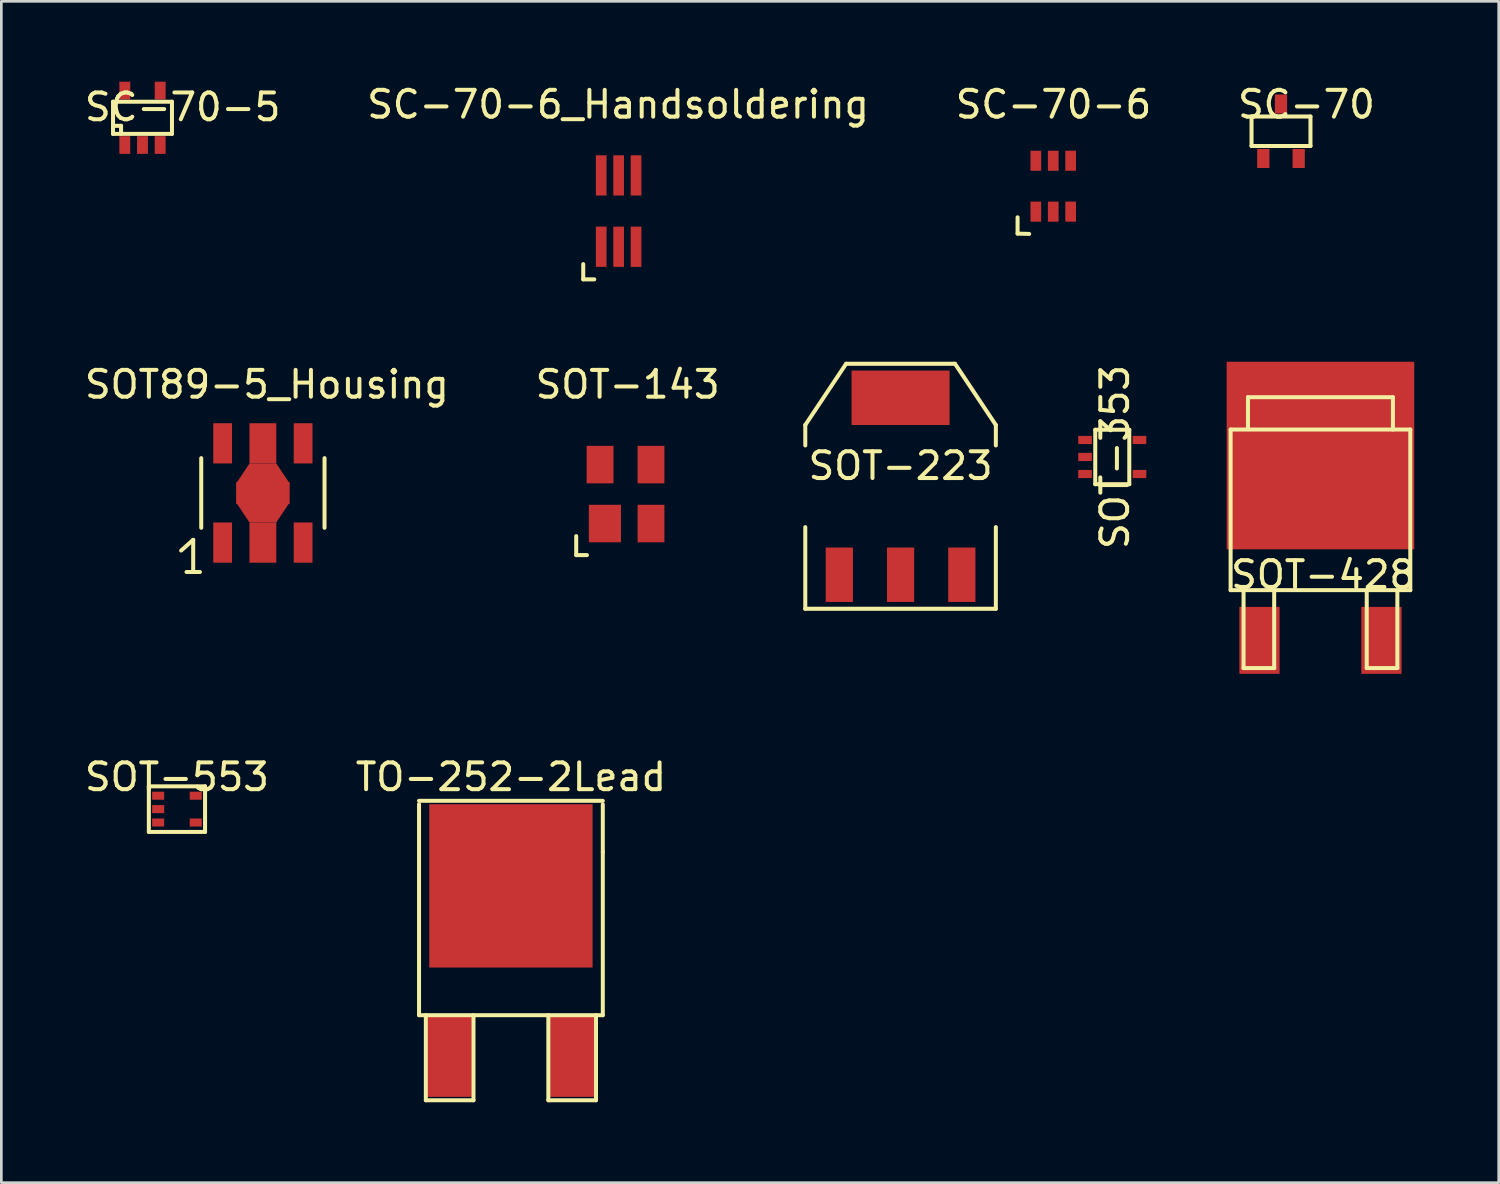
<source format=kicad_pcb>
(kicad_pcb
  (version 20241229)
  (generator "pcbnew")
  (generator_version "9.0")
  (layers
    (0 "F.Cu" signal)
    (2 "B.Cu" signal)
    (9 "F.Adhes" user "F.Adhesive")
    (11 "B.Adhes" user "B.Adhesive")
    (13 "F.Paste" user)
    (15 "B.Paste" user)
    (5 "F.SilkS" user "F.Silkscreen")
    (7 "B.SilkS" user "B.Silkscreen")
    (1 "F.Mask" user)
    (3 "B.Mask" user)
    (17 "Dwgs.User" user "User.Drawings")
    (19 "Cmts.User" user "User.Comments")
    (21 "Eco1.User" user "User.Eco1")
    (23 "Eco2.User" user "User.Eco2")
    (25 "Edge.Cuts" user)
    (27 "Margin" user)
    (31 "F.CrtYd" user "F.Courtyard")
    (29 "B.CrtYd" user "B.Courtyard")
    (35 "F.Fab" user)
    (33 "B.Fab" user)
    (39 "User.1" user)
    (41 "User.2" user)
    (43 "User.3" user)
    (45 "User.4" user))
  (footprint "SOT-553"
    (layer "F.Cu")
    (at 3.554 27.147)
    (property "Reference" "SOT-553" (at 0 -1.199 0) (layer "F.SilkS") (effects (font (size 1 1) (thickness 0.15))))
    (attr smd)
    (fp_line (start -1.049 -0.851) (end 1.049 -0.851) (stroke (width 0.15) (type solid)) (layer "F.SilkS"))
    (fp_line (start -1.049 0.851) (end -1.049 -0.851) (stroke (width 0.15) (type solid)) (layer "F.SilkS"))
    (fp_line (start 1.049 -0.851) (end 1.049 0.851) (stroke (width 0.15) (type solid)) (layer "F.SilkS"))
    (fp_line (start 1.049 0.851) (end -1.049 0.851) (stroke (width 0.15) (type solid)) (layer "F.SilkS"))
    (pad "1" smd rect (at -0.701 -0.5) (size 0.45 0.3) (layers "F.Cu" "F.Mask" "F.Paste"))
    (pad "2" smd rect (at -0.701 0) (size 0.45 0.3) (layers "F.Cu" "F.Mask" "F.Paste"))
    (pad "3" smd rect (at -0.701 0.5) (size 0.45 0.3) (layers "F.Cu" "F.Mask" "F.Paste"))
    (pad "4" smd rect (at 0.701 0.5) (size 0.45 0.3) (layers "F.Cu" "F.Mask" "F.Paste"))
    (pad "5" smd rect (at 0.701 -0.5) (size 0.45 0.3) (layers "F.Cu" "F.Mask" "F.Paste")))
  (footprint "SC-70"
    (layer "F.Cu")
    (at 44.758 1.848)
    (property "Reference" "SC-70" (at 0.95 -1 0) (layer "F.SilkS") (effects (font (size 1 1) (thickness 0.15))))
    (attr smd)
    (fp_line (start -1.1 -0.55) (end -1.1 0.55) (stroke (width 0.15) (type solid)) (layer "F.SilkS"))
    (fp_line (start -1.1 0.55) (end 1.1 0.55) (stroke (width 0.15) (type solid)) (layer "F.SilkS"))
    (fp_line (start -1.05 -0.55) (end -1.1 -0.55) (stroke (width 0.15) (type solid)) (layer "F.SilkS"))
    (fp_line (start 1.1 -0.55) (end -1.05 -0.55) (stroke (width 0.15) (type solid)) (layer "F.SilkS"))
    (fp_line (start 1.1 0.55) (end 1.1 -0.55) (stroke (width 0.15) (type solid)) (layer "F.SilkS"))
    (pad "1" smd rect (at -0.66 1.016) (size 0.457 0.711) (layers "F.Cu" "F.Mask" "F.Paste"))
    (pad "2" smd rect (at 0.66 1.016) (size 0.457 0.711) (layers "F.Cu" "F.Mask" "F.Paste"))
    (pad "3" smd rect (at 0 -1.016) (size 0.457 0.711) (layers "F.Cu" "F.Mask" "F.Paste")))
  (footprint "SOT-223"
    (layer "F.Cu")
    (at 30.56 15.098)
    (property "Reference" "SOT-223" (at 0 -0.762 0) (layer "F.SilkS") (effects (font (size 1 1) (thickness 0.15))))
    (attr smd)
    (fp_line (start -3.556 -2.286) (end -2.032 -4.572) (stroke (width 0.15) (type solid)) (layer "F.SilkS"))
    (fp_line (start -3.556 -1.524) (end -3.556 -2.286) (stroke (width 0.15) (type solid)) (layer "F.SilkS"))
    (fp_line (start -3.556 1.524) (end -3.556 4.572) (stroke (width 0.15) (type solid)) (layer "F.SilkS"))
    (fp_line (start -3.556 4.572) (end 3.556 4.572) (stroke (width 0.15) (type solid)) (layer "F.SilkS"))
    (fp_line (start -2.032 -4.572) (end 2.032 -4.572) (stroke (width 0.15) (type solid)) (layer "F.SilkS"))
    (fp_line (start 2.032 -4.572) (end 3.556 -2.286) (stroke (width 0.15) (type solid)) (layer "F.SilkS"))
    (fp_line (start 3.556 -2.286) (end 3.556 -1.524) (stroke (width 0.15) (type solid)) (layer "F.SilkS"))
    (fp_line (start 3.556 4.572) (end 3.556 1.524) (stroke (width 0.15) (type solid)) (layer "F.SilkS"))
    (pad "1" smd rect (at -2.286 3.302) (size 1.016 2.032) (layers "F.Cu" "F.Mask" "F.Paste"))
    (pad "2" smd rect (at 0 3.302) (size 1.016 2.032) (layers "F.Cu" "F.Mask" "F.Paste"))
    (pad "3" smd rect (at 2.286 3.302) (size 1.016 2.032) (layers "F.Cu" "F.Mask" "F.Paste"))
    (pad "4" smd rect (at 0 -3.302) (size 3.658 2.032) (layers "F.Cu" "F.Mask" "F.Paste")))
  (footprint "SOT-353"
    (layer "F.Cu")
    (at 38.461 14.005)
    (property "Reference" "SOT-353" (at 0.099 0 90) (layer "F.SilkS") (effects (font (size 1 1) (thickness 0.15))))
    (attr smd)
    (fp_line (start -0.635 -1.016) (end -0.635 1.016) (stroke (width 0.15) (type solid)) (layer "F.SilkS"))
    (fp_line (start -0.635 1.016) (end 0.635 1.016) (stroke (width 0.15) (type solid)) (layer "F.SilkS"))
    (fp_line (start 0.635 -1.016) (end -0.635 -1.016) (stroke (width 0.15) (type solid)) (layer "F.SilkS"))
    (fp_line (start 0.635 1.016) (end 0.635 -1.016) (stroke (width 0.15) (type solid)) (layer "F.SilkS"))
    (pad "1" smd rect (at -1.016 -0.635) (size 0.508 0.305) (layers "F.Cu" "F.Mask" "F.Paste"))
    (pad "2" smd rect (at -1.016 0) (size 0.508 0.305) (layers "F.Cu" "F.Mask" "F.Paste"))
    (pad "3" smd rect (at -1.016 0.635) (size 0.508 0.305) (layers "F.Cu" "F.Mask" "F.Paste"))
    (pad "4" smd rect (at 1.016 0.635) (size 0.508 0.305) (layers "F.Cu" "F.Mask" "F.Paste"))
    (pad "5" smd rect (at 1.016 -0.635) (size 0.508 0.305) (layers "F.Cu" "F.Mask" "F.Paste")))
  (footprint "SOT-143"
    (layer "F.Cu")
    (at 20.296 15.389)
    (property "Reference" "SOT-143" (at 0.079 -4.089 0) (layer "F.SilkS") (effects (font (size 1 1) (thickness 0.15))))
    (attr smd)
    (fp_line (start -1.841 1.57) (end -1.841 2.278) (stroke (width 0.15) (type solid)) (layer "F.SilkS"))
    (fp_line (start -1.841 2.278) (end -1.44 2.278) (stroke (width 0.15) (type solid)) (layer "F.SilkS"))
    (pad "1" smd rect (at -0.77 1.1) (size 1.199 1.4) (layers "F.Cu" "F.Mask" "F.Paste"))
    (pad "2" smd rect (at 0.95 1.1) (size 1.001 1.4) (layers "F.Cu" "F.Mask" "F.Paste"))
    (pad "3" smd rect (at 0.95 -1.1) (size 1.001 1.4) (layers "F.Cu" "F.Mask" "F.Paste"))
    (pad "4" smd rect (at -0.95 -1.1) (size 1.001 1.4) (layers "F.Cu" "F.Mask" "F.Paste")))
  (footprint "TO-252-2Lead"
    (layer "F.Cu")
    (at 16.018 36.362)
    (property "Reference" "TO-252-2Lead" (at 0 -10.414 0) (layer "F.SilkS") (effects (font (size 1 1) (thickness 0.15))))
    (attr smd)
    (fp_line (start -3.429 -9.525) (end 3.429 -9.525) (stroke (width 0.15) (type solid)) (layer "F.SilkS"))
    (fp_line (start -3.429 -1.524) (end -3.429 -9.398) (stroke (width 0.15) (type solid)) (layer "F.SilkS"))
    (fp_line (start -3.175 -1.524) (end -3.175 1.651) (stroke (width 0.15) (type solid)) (layer "F.SilkS"))
    (fp_line (start -3.175 1.651) (end -1.397 1.651) (stroke (width 0.15) (type solid)) (layer "F.SilkS"))
    (fp_line (start -1.397 1.651) (end -1.397 -1.524) (stroke (width 0.15) (type solid)) (layer "F.SilkS"))
    (fp_line (start 1.397 -1.524) (end 1.397 1.651) (stroke (width 0.15) (type solid)) (layer "F.SilkS"))
    (fp_line (start 1.397 1.651) (end 3.175 1.651) (stroke (width 0.15) (type solid)) (layer "F.SilkS"))
    (fp_line (start 3.175 1.651) (end 3.175 -1.524) (stroke (width 0.15) (type solid)) (layer "F.SilkS"))
    (fp_line (start 3.429 -9.398) (end 3.429 -7.62) (stroke (width 0.15) (type solid)) (layer "F.SilkS"))
    (fp_line (start 3.429 -7.62) (end 3.429 -1.524) (stroke (width 0.15) (type solid)) (layer "F.SilkS"))
    (fp_line (start 3.429 -1.524) (end -3.429 -1.524) (stroke (width 0.15) (type solid)) (layer "F.SilkS"))
    (pad "1" smd rect (at -2.286 0) (size 1.651 3.048) (layers "F.Cu" "F.Mask" "F.Paste"))
    (pad "2" smd rect (at 0 -6.35) (size 6.096 6.096) (layers "F.Cu" "F.Mask" "F.Paste"))
    (pad "3" smd rect (at 2.286 0) (size 1.651 3.048) (layers "F.Cu" "F.Mask" "F.Paste")))
  (footprint "SC-70-6_Handsoldering"
    (layer "F.Cu")
    (at 20.038 4.828)
    (property "Reference" "SC-70-6_Handsoldering" (at -0.02 -3.98 0) (layer "F.SilkS") (effects (font (size 1 1) (thickness 0.15))))
    (attr smd)
    (fp_line (start -1.321 1.979) (end -1.321 2.548) (stroke (width 0.15) (type solid)) (layer "F.SilkS"))
    (fp_line (start -1.321 2.548) (end -0.909 2.548) (stroke (width 0.15) (type solid)) (layer "F.SilkS"))
    (pad "1" smd rect (at -0.65 1.331) (size 0.399 1.501) (layers "F.Cu" "F.Mask" "F.Paste"))
    (pad "2" smd rect (at 0 1.331) (size 0.399 1.501) (layers "F.Cu" "F.Mask" "F.Paste"))
    (pad "3" smd rect (at 0.65 1.331) (size 0.399 1.501) (layers "F.Cu" "F.Mask" "F.Paste"))
    (pad "4" smd rect (at 0.65 -1.331) (size 0.399 1.501) (layers "F.Cu" "F.Mask" "F.Paste"))
    (pad "5" smd rect (at 0 -1.331) (size 0.399 1.501) (layers "F.Cu" "F.Mask" "F.Paste"))
    (pad "6" smd rect (at -0.65 -1.331) (size 0.399 1.501) (layers "F.Cu" "F.Mask" "F.Paste")))
  (footprint "SOT-428"
    (layer "F.Cu")
    (at 46.231 17.4)
    (property "Reference" "SOT-428" (at 0.099 1.001 0) (layer "F.SilkS") (effects (font (size 1 1) (thickness 0.15))))
    (attr smd)
    (fp_line (start -3.353 -4.42) (end -3.353 1.575) (stroke (width 0.15) (type solid)) (layer "F.SilkS"))
    (fp_line (start -2.87 1.575) (end -2.87 4.483) (stroke (width 0.15) (type solid)) (layer "F.SilkS"))
    (fp_line (start -2.87 4.483) (end -1.727 4.483) (stroke (width 0.15) (type solid)) (layer "F.SilkS"))
    (fp_line (start -2.705 -5.626) (end 2.705 -5.626) (stroke (width 0.15) (type solid)) (layer "F.SilkS"))
    (fp_line (start -2.705 -4.432) (end -2.705 -5.626) (stroke (width 0.15) (type solid)) (layer "F.SilkS"))
    (fp_line (start -1.727 4.483) (end -1.727 1.575) (stroke (width 0.15) (type solid)) (layer "F.SilkS"))
    (fp_line (start 1.727 1.575) (end 1.727 4.483) (stroke (width 0.15) (type solid)) (layer "F.SilkS"))
    (fp_line (start 1.727 4.483) (end 2.87 4.483) (stroke (width 0.15) (type solid)) (layer "F.SilkS"))
    (fp_line (start 2.705 -5.626) (end 2.705 -4.42) (stroke (width 0.15) (type solid)) (layer "F.SilkS"))
    (fp_line (start 2.87 4.483) (end 2.87 1.575) (stroke (width 0.15) (type solid)) (layer "F.SilkS"))
    (fp_line (start 3.353 -4.42) (end -3.353 -4.42) (stroke (width 0.15) (type solid)) (layer "F.SilkS"))
    (fp_line (start 3.353 1.575) (end -3.353 1.575) (stroke (width 0.15) (type solid)) (layer "F.SilkS"))
    (fp_line (start 3.353 1.575) (end 3.353 -4.42) (stroke (width 0.15) (type solid)) (layer "F.SilkS"))
    (pad "1" smd rect (at -2.276 3.449) (size 1.501 2.499) (layers "F.Cu" "F.Mask" "F.Paste"))
    (pad "2" smd rect (at 0 -3.449) (size 7 7) (layers "F.Cu" "F.Mask" "F.Paste"))
    (pad "3" smd rect (at 2.276 3.449) (size 1.501 2.499) (layers "F.Cu" "F.Mask" "F.Paste")))
  (footprint "SC-70-6"
    (layer "F.Cu")
    (at 36.258 3.899)
    (property "Reference" "SC-70-6" (at 0.01 -3.051 0) (layer "F.SilkS") (effects (font (size 1 1) (thickness 0.15))))
    (attr smd)
    (fp_line (start -1.331 1.161) (end -1.331 1.77) (stroke (width 0.15) (type solid)) (layer "F.SilkS"))
    (fp_line (start -1.331 1.77) (end -0.899 1.781) (stroke (width 0.15) (type solid)) (layer "F.SilkS"))
    (pad "1" smd rect (at -0.65 0.95) (size 0.399 0.749) (layers "F.Cu" "F.Mask" "F.Paste"))
    (pad "2" smd rect (at 0 0.95) (size 0.399 0.749) (layers "F.Cu" "F.Mask" "F.Paste"))
    (pad "3" smd rect (at 0.65 0.95) (size 0.399 0.749) (layers "F.Cu" "F.Mask" "F.Paste"))
    (pad "4" smd rect (at 0.65 -0.95) (size 0.399 0.749) (layers "F.Cu" "F.Mask" "F.Paste"))
    (pad "5" smd rect (at 0 -0.95) (size 0.399 0.749) (layers "F.Cu" "F.Mask" "F.Paste"))
    (pad "6" smd rect (at -0.65 -0.95) (size 0.399 0.749) (layers "F.Cu" "F.Mask" "F.Paste")))
  (footprint "SOT89-5_Housing"
    (layer "F.Cu")
    (at 6.761 15.348)
    (property "Reference" "SOT89-5_Housing" (at 0.15 -4.049 0) (layer "F.SilkS") (effects (font (size 1 1) (thickness 0.15))))
    (attr smd)
    (fp_line (start -3.051 2.149) (end -2.601 1.75) (stroke (width 0.15) (type solid)) (layer "F.SilkS"))
    (fp_line (start -2.85 2.949) (end -2.349 2.949) (stroke (width 0.15) (type solid)) (layer "F.SilkS"))
    (fp_line (start -2.601 1.75) (end -2.601 2.949) (stroke (width 0.15) (type solid)) (layer "F.SilkS"))
    (fp_line (start -2.301 1.3) (end -2.301 -1.3) (stroke (width 0.15) (type solid)) (layer "F.SilkS"))
    (fp_line (start 2.301 -1.3) (end 2.301 1.3) (stroke (width 0.15) (type solid)) (layer "F.SilkS"))
    (pad "1" smd rect (at -1.501 1.852) (size 0.701 1.501) (layers "F.Cu" "F.Mask" "F.Paste"))
    (pad "2" smd rect (at 0 -1.852) (size 1.001 1.501) (layers "F.Cu" "F.Mask" "F.Paste"))
    (pad "2" smd trapezoid (at 0 -0.726) (size 1.501 0.749) (rect_delta 0 0.5) (layers "F.Cu" "F.Mask" "F.Paste"))
    (pad "2" smd rect (at 0 0) (size 1.999 0.8) (layers "F.Cu" "F.Mask" "F.Paste"))
    (pad "2" smd trapezoid (at 0 0.726 180) (size 1.501 0.749) (rect_delta 0 0.5) (layers "F.Cu" "F.Mask" "F.Paste"))
    (pad "2" smd rect (at 0 1.852) (size 1.001 1.501) (layers "F.Cu" "F.Mask" "F.Paste"))
    (pad "3" smd rect (at 1.501 1.852) (size 0.701 1.501) (layers "F.Cu" "F.Mask" "F.Paste"))
    (pad "4" smd rect (at 1.501 -1.852) (size 0.701 1.501) (layers "F.Cu" "F.Mask" "F.Paste"))
    (pad "5" smd rect (at -1.501 -1.852) (size 0.701 1.501) (layers "F.Cu" "F.Mask" "F.Paste")))
  (footprint "SC-70-5"
    (layer "F.Cu")
    (at 2.268 1.346)
    (property "Reference" "SC-70-5" (at 1.5 -0.4 0) (layer "F.SilkS") (effects (font (size 1 1) (thickness 0.15))))
    (attr smd)
    (fp_line (start -1.1 -0.6) (end -1.1 0.6) (stroke (width 0.15) (type solid)) (layer "F.SilkS"))
    (fp_line (start -1.1 0.3) (end -0.8 0.3) (stroke (width 0.15) (type solid)) (layer "F.SilkS"))
    (fp_line (start -1.1 0.6) (end 1.1 0.6) (stroke (width 0.15) (type solid)) (layer "F.SilkS"))
    (fp_line (start -0.8 0.3) (end -0.8 0.6) (stroke (width 0.15) (type solid)) (layer "F.SilkS"))
    (fp_line (start 1.1 -0.6) (end -1.1 -0.6) (stroke (width 0.15) (type solid)) (layer "F.SilkS"))
    (fp_line (start 1.1 0.6) (end 1.1 -0.6) (stroke (width 0.15) (type solid)) (layer "F.SilkS"))
    (pad "1" smd rect (at -0.66 1.016) (size 0.406 0.66) (layers "F.Cu" "F.Mask" "F.Paste"))
    (pad "2" smd rect (at 0 1.016) (size 0.406 0.66) (layers "F.Cu" "F.Mask" "F.Paste"))
    (pad "3" smd rect (at 0.66 1.016) (size 0.406 0.66) (layers "F.Cu" "F.Mask" "F.Paste"))
    (pad "4" smd rect (at 0.66 -1.016) (size 0.406 0.66) (layers "F.Cu" "F.Mask" "F.Paste"))
    (pad "5" smd rect (at -0.66 -1.016) (size 0.406 0.66) (layers "F.Cu" "F.Mask" "F.Paste")))
  (gr_rect
    (start -3 -3)
    (end 52.883 41.088)
    (stroke (width 0.1) (type default))
    (fill no)
    (layer "Edge.Cuts")))
</source>
